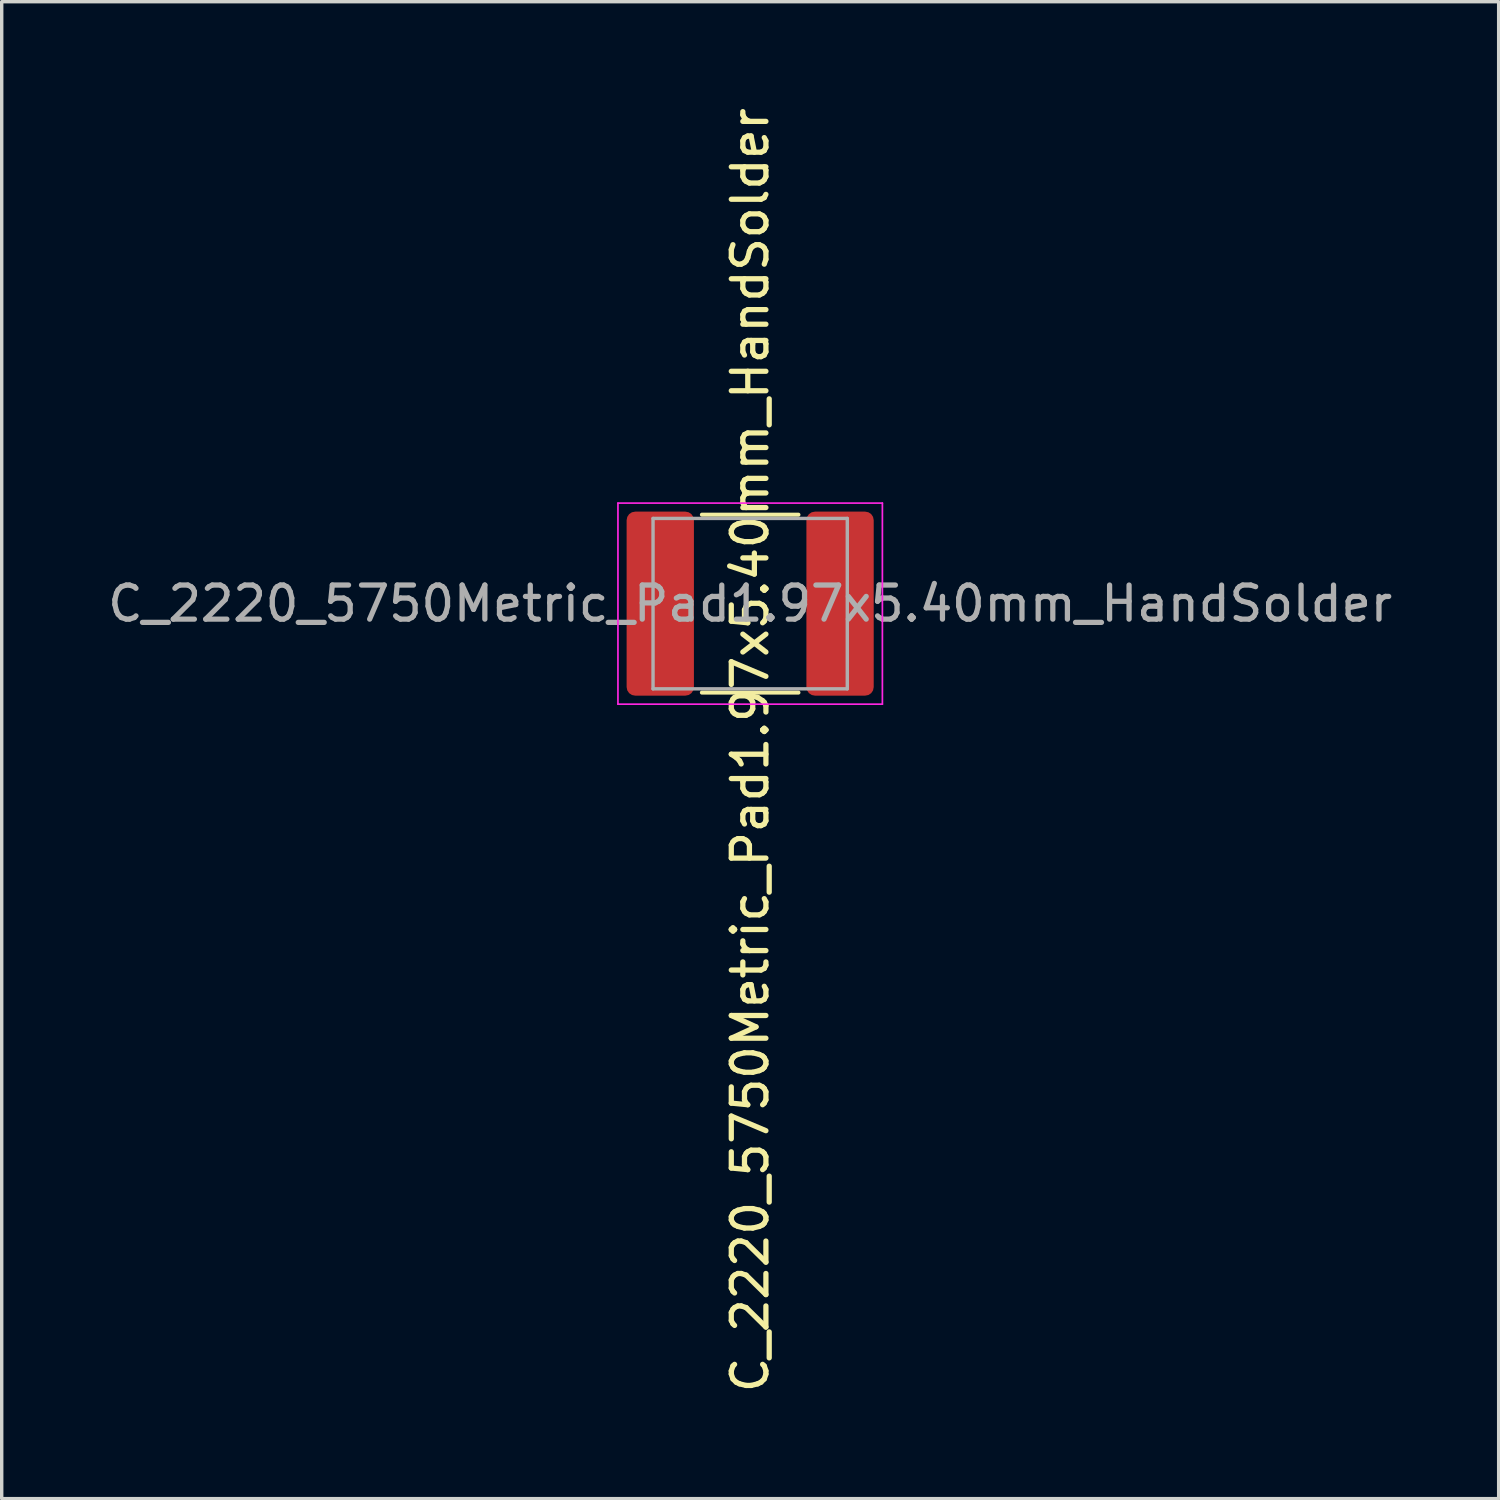
<source format=kicad_pcb>
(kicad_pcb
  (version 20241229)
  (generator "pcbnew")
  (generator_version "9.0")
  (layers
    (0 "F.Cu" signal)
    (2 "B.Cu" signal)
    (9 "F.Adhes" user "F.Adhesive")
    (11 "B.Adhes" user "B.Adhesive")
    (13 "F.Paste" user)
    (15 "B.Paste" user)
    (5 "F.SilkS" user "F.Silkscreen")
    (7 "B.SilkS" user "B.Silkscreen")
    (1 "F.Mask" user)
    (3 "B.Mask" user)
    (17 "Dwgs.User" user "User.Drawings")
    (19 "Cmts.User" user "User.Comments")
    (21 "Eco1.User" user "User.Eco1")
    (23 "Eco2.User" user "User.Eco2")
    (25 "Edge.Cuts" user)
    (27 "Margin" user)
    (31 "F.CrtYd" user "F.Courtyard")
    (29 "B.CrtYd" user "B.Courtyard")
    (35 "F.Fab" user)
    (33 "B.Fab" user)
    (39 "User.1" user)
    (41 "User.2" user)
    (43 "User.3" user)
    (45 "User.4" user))
  (footprint "C_2220_5750Metric_Pad1.97x5.40mm_HandSolder"
    (layer "F.Cu")
    (at 18.964 14.664)
    (property "Reference" "C_2220_5750Metric_Pad1.97x5.40mm_HandSolder" (at 0 4.3 270) (layer "F.SilkS") (effects (font (size 1.016 1) (thickness 0.154))))
    (attr smd exclude_from_bom dnp)
    (fp_line (start -1.416 -2.61) (end 1.416 -2.61) (stroke (width 0.12) (type solid)) (layer "F.SilkS"))
    (fp_line (start -1.416 2.61) (end 1.416 2.61) (stroke (width 0.12) (type solid)) (layer "F.SilkS"))
    (fp_line (start -3.88 -2.95) (end 3.88 -2.95) (stroke (width 0.05) (type solid)) (layer "F.CrtYd"))
    (fp_line (start -3.88 2.95) (end -3.88 -2.95) (stroke (width 0.05) (type solid)) (layer "F.CrtYd"))
    (fp_line (start 3.88 -2.95) (end 3.88 2.95) (stroke (width 0.05) (type solid)) (layer "F.CrtYd"))
    (fp_line (start 3.88 2.95) (end -3.88 2.95) (stroke (width 0.05) (type solid)) (layer "F.CrtYd"))
    (fp_line (start -2.85 -2.5) (end 2.85 -2.5) (stroke (width 0.1) (type solid)) (layer "F.Fab"))
    (fp_line (start -2.85 2.5) (end -2.85 -2.5) (stroke (width 0.1) (type solid)) (layer "F.Fab"))
    (fp_line (start 2.85 -2.5) (end 2.85 2.5) (stroke (width 0.1) (type solid)) (layer "F.Fab"))
    (fp_line (start 2.85 2.5) (end -2.85 2.5) (stroke (width 0.1) (type solid)) (layer "F.Fab"))
    (fp_text user "${REFERENCE}" (at 0 0 180) (layer "F.Fab") (effects (font (size 1 1) (thickness 0.154))))
    (pad "1" smd roundrect (at -2.638 0) (size 1.975 5.4) (layers "F.Cu" "F.Mask" "F.Paste") (roundrect_rratio 0.127))
    (pad "2" smd roundrect (at 2.638 0) (size 1.975 5.4) (layers "F.Cu" "F.Mask" "F.Paste") (roundrect_rratio 0.127)))
  (gr_rect
    (start -3 -3)
    (end 40.929 40.929)
    (stroke (width 0.1) (type default))
    (fill no)
    (layer "Edge.Cuts")))
</source>
